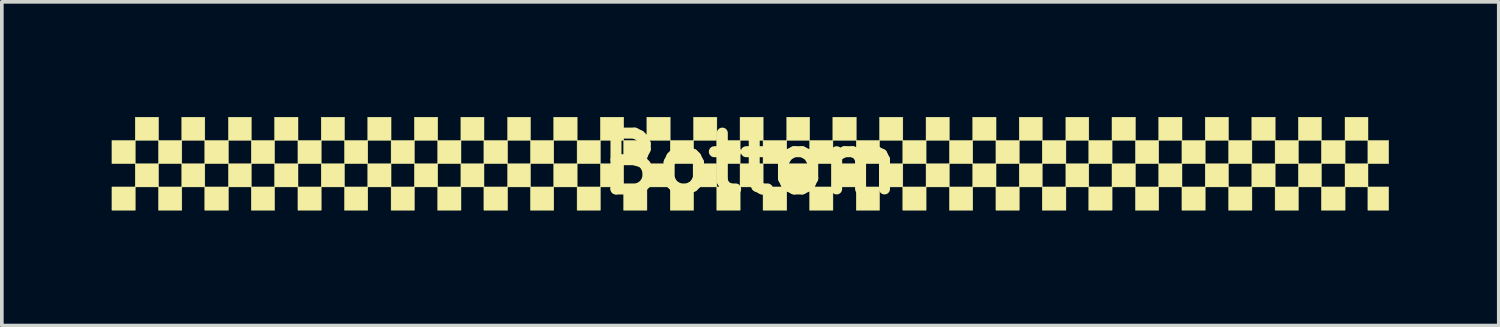
<source format=kicad_pcb>
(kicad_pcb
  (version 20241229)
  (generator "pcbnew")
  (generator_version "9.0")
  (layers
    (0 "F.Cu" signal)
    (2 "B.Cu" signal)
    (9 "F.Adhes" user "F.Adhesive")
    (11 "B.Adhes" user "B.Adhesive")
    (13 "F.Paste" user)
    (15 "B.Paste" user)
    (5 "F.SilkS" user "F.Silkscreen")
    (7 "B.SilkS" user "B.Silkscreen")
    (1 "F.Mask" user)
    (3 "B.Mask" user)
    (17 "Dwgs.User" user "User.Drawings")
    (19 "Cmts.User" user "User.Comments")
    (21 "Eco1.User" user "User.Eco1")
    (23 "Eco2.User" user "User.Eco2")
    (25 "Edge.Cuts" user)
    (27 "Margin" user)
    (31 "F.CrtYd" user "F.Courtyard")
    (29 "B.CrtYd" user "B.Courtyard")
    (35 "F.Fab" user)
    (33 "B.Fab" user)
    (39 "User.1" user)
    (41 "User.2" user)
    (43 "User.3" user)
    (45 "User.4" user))
  (footprint "Bottom"
    (layer "F.Cu")
    (at 17.429 1.418)
    (property "Reference" "Bottom" (at 0 0 0) (layer "F.SilkS") (effects (font (size 1.524 1.524) (thickness 0.3))))
    (attr through_hole)
    (fp_poly (pts (xy -16.15 -0.635) (xy -15.519 -0.635) (xy -15.515 -0.635) (xy -15.515 0) (xy -14.891 0) (xy -14.887 0) (xy -14.887 0.635) (xy -14.245 0.635) (xy -14.245 0) (xy -14.887 0) (xy -14.891 0) (xy -14.891 -0.635) (xy -15.515 -0.635) (xy -15.519 -0.635) (xy -15.519 -1.27) (xy -14.887 -1.27) (xy -14.887 -0.635) (xy -14.245 -0.635) (xy -14.242 -0.635) (xy -14.242 0) (xy -13.621 0) (xy -13.617 0) (xy -13.617 0.635) (xy -12.986 0.635) (xy -12.986 0) (xy -13.617 0) (xy -13.621 0) (xy -13.621 -0.635) (xy -14.242 -0.635) (xy -14.245 -0.635) (xy -14.245 -1.27) (xy -13.617 -1.27) (xy -13.617 -0.635) (xy -12.986 -0.635) (xy -12.982 -0.635) (xy -12.982 0) (xy -12.347 0) (xy -12.344 0) (xy -12.344 0.635) (xy -11.712 0.635) (xy -11.712 0) (xy -12.344 0) (xy -12.347 0) (xy -12.347 -0.635) (xy -12.982 -0.635) (xy -12.986 -0.635) (xy -12.986 -1.27) (xy -12.344 -1.27) (xy -12.344 -0.635) (xy -11.712 -0.635) (xy -11.709 -0.635) (xy -11.709 0) (xy -11.077 0) (xy -11.074 0) (xy -11.074 0.635) (xy -10.442 0.635) (xy -10.442 0) (xy -11.074 0) (xy -11.077 0) (xy -11.077 -0.635) (xy -11.709 -0.635) (xy -11.712 -0.635) (xy -11.712 -1.27) (xy -11.074 -1.27) (xy -11.074 -0.635) (xy -10.442 -0.635) (xy -10.439 -0.635) (xy -10.439 0) (xy -9.804 0) (xy -9.804 -0.635) (xy -10.439 -0.635) (xy -10.442 -0.635) (xy -10.442 -1.27) (xy -9.804 -1.27) (xy -9.804 -0.635) (xy -9.169 -0.635) (xy -9.165 -0.635) (xy -9.165 0) (xy -8.534 0) (xy -8.53 0) (xy -8.53 0.635) (xy -7.899 0.635) (xy -7.899 0) (xy -8.53 0) (xy -8.534 0) (xy -8.534 -0.635) (xy -9.165 -0.635) (xy -9.169 -0.635) (xy -9.169 -1.27) (xy -8.53 -1.27) (xy -8.53 -0.635) (xy -7.899 -0.635) (xy -7.895 -0.635) (xy -7.895 0) (xy -7.271 0) (xy -7.267 0) (xy -7.267 0.635) (xy -6.625 0.635) (xy -6.625 0) (xy -7.267 0) (xy -7.271 0) (xy -7.271 -0.635) (xy -7.895 -0.635) (xy -7.899 -0.635) (xy -7.899 -1.27) (xy -7.267 -1.27) (xy -7.267 -0.635) (xy -6.625 -0.635) (xy -6.622 -0.635) (xy -6.622 0) (xy -6.001 0) (xy -5.997 0) (xy -5.997 0.635) (xy -5.366 0.635) (xy -5.366 0) (xy -5.997 0) (xy -6.001 0) (xy -6.001 -0.635) (xy -6.622 -0.635) (xy -6.625 -0.635) (xy -6.625 -1.27) (xy -5.997 -1.27) (xy -5.997 -0.635) (xy -5.366 -0.635) (xy -5.362 -0.635) (xy -5.362 0) (xy -4.727 0) (xy -4.724 0) (xy -4.724 0.635) (xy -4.092 0.635) (xy -4.092 0) (xy -4.724 0) (xy -4.727 0) (xy -4.727 -0.635) (xy -5.362 -0.635) (xy -5.366 -0.635) (xy -5.366 -1.27) (xy -4.724 -1.27) (xy -4.724 -0.635) (xy -4.092 -0.635) (xy -4.089 -0.635) (xy -4.089 0) (xy -3.457 0) (xy -3.454 0) (xy -3.454 0.635) (xy -2.822 0.635) (xy -2.822 0) (xy -3.454 0) (xy -3.457 0) (xy -3.457 -0.635) (xy -4.089 -0.635) (xy -4.092 -0.635) (xy -4.092 -1.27) (xy -3.454 -1.27) (xy -3.454 -0.635) (xy -2.822 -0.635) (xy -2.819 -0.635) (xy -2.819 0) (xy -2.184 0) (xy -2.184 -0.635) (xy -2.819 -0.635) (xy -2.822 -0.635) (xy -2.822 -1.27) (xy -2.184 -1.27) (xy -2.184 -0.635) (xy -1.549 -0.635) (xy -1.545 -0.635) (xy -1.545 0) (xy -0.914 0) (xy -0.91 0) (xy -0.91 0.635) (xy -0.279 0.635) (xy -0.279 0) (xy -0.91 0) (xy -0.914 0) (xy -0.914 -0.635) (xy -1.545 -0.635) (xy -1.549 -0.635) (xy -1.549 -1.27) (xy -0.91 -1.27) (xy -0.91 -0.635) (xy -0.279 -0.635) (xy -0.275 -0.635) (xy -0.275 0) (xy 0.349 0) (xy 0.353 0) (xy 0.353 0.635) (xy 0.995 0.635) (xy 0.995 0) (xy 0.353 0) (xy 0.349 0) (xy 0.349 -0.635) (xy -0.275 -0.635) (xy -0.279 -0.635) (xy -0.279 -1.27) (xy 0.353 -1.27) (xy 0.353 -0.635) (xy 0.995 -0.635) (xy 0.998 -0.635) (xy 0.998 0) (xy 1.619 0) (xy 1.623 0) (xy 1.623 0.635) (xy 2.254 0.635) (xy 2.254 0) (xy 1.623 0) (xy 1.619 0) (xy 1.619 -0.635) (xy 0.998 -0.635) (xy 0.995 -0.635) (xy 0.995 -1.27) (xy 1.623 -1.27) (xy 1.623 -0.635) (xy 2.254 -0.635) (xy 2.258 -0.635) (xy 2.258 0) (xy 2.893 0) (xy 2.896 0) (xy 2.896 0.635) (xy 3.528 0.635) (xy 3.528 0) (xy 2.896 0) (xy 2.893 0) (xy 2.893 -0.635) (xy 2.258 -0.635) (xy 2.254 -0.635) (xy 2.254 -1.27) (xy 2.896 -1.27) (xy 2.896 -0.635) (xy 3.528 -0.635) (xy 3.531 -0.635) (xy 3.531 0) (xy 4.163 0) (xy 4.166 0) (xy 4.166 0.635) (xy 4.798 0.635) (xy 4.798 0) (xy 4.166 0) (xy 4.163 0) (xy 4.163 -0.635) (xy 3.531 -0.635) (xy 3.528 -0.635) (xy 3.528 -1.27) (xy 4.166 -1.27) (xy 4.166 -0.635) (xy 4.798 -0.635) (xy 4.801 -0.635) (xy 4.801 0) (xy 5.436 0) (xy 5.436 -0.635) (xy 4.801 -0.635) (xy 4.798 -0.635) (xy 4.798 -1.27) (xy 5.436 -1.27) (xy 5.436 -0.635) (xy 6.071 -0.635) (xy 6.075 -0.635) (xy 6.075 0) (xy 6.706 0) (xy 6.71 0) (xy 6.71 0.635) (xy 7.341 0.635) (xy 7.341 0) (xy 6.71 0) (xy 6.706 0) (xy 6.706 -0.635) (xy 6.075 -0.635) (xy 6.071 -0.635) (xy 6.071 -1.27) (xy 6.71 -1.27) (xy 6.71 -0.635) (xy 7.341 -0.635) (xy 7.345 -0.635) (xy 7.345 0) (xy 7.969 0) (xy 7.973 0) (xy 7.973 0.635) (xy 8.615 0.635) (xy 8.615 0) (xy 7.973 0) (xy 7.969 0) (xy 7.969 -0.635) (xy 7.345 -0.635) (xy 7.341 -0.635) (xy 7.341 -1.27) (xy 7.973 -1.27) (xy 7.973 -0.635) (xy 8.615 -0.635) (xy 8.618 -0.635) (xy 8.618 0) (xy 9.239 0) (xy 9.243 0) (xy 9.243 0.635) (xy 9.874 0.635) (xy 9.874 0) (xy 9.243 0) (xy 9.239 0) (xy 9.239 -0.635) (xy 8.618 -0.635) (xy 8.615 -0.635) (xy 8.615 -1.27) (xy 9.243 -1.27) (xy 9.243 -0.635) (xy 9.874 -0.635) (xy 9.878 -0.635) (xy 9.878 0) (xy 10.513 0) (xy 10.516 0) (xy 10.516 0.635) (xy 11.148 0.635) (xy 11.148 0) (xy 10.516 0) (xy 10.513 0) (xy 10.513 -0.635) (xy 9.878 -0.635) (xy 9.874 -0.635) (xy 9.874 -1.27) (xy 10.516 -1.27) (xy 10.516 -0.635) (xy 11.148 -0.635) (xy 11.151 -0.635) (xy 11.151 0) (xy 11.783 0) (xy 11.786 0) (xy 11.786 0.635) (xy 12.418 0.635) (xy 12.418 0) (xy 11.786 0) (xy 11.783 0) (xy 11.783 -0.635) (xy 11.151 -0.635) (xy 11.148 -0.635) (xy 11.148 -1.27) (xy 11.786 -1.27) (xy 11.786 -0.635) (xy 12.418 -0.635) (xy 12.421 -0.635) (xy 12.421 0) (xy 13.056 0) (xy 13.056 -0.635) (xy 12.421 -0.635) (xy 12.418 -0.635) (xy 12.418 -1.27) (xy 13.056 -1.27) (xy 13.056 -0.635) (xy 13.691 -0.635) (xy 13.695 -0.635) (xy 13.695 0) (xy 14.326 0) (xy 14.33 0) (xy 14.33 0.635) (xy 14.961 0.635) (xy 14.961 0) (xy 14.33 0) (xy 14.326 0) (xy 14.326 -0.635) (xy 13.695 -0.635) (xy 13.691 -0.635) (xy 13.691 -1.27) (xy 14.33 -1.27) (xy 14.33 -0.635) (xy 14.961 -0.635) (xy 14.965 -0.635) (xy 14.965 0) (xy 15.589 0) (xy 15.593 0) (xy 15.593 0.635) (xy 16.235 0.635) (xy 16.235 0) (xy 15.593 0) (xy 15.589 0) (xy 15.589 -0.635) (xy 14.965 -0.635) (xy 14.961 -0.635) (xy 14.961 -1.27) (xy 15.593 -1.27) (xy 15.593 -0.635) (xy 16.235 -0.635) (xy 16.238 -0.635) (xy 16.238 0) (xy 16.859 0) (xy 16.859 -0.635) (xy 16.238 -0.635) (xy 16.235 -0.635) (xy 16.235 -1.27) (xy 16.863 -1.27) (xy 16.863 -0.635) (xy 17.427 -0.635) (xy 17.427 0) (xy 16.863 0) (xy 16.863 0.635) (xy 17.427 0.635) (xy 17.427 1.27) (xy 16.859 1.27) (xy 16.859 0.635) (xy 16.238 0.635) (xy 16.238 1.27) (xy 15.589 1.27) (xy 15.589 0.635) (xy 14.965 0.635) (xy 14.965 1.27) (xy 14.326 1.27) (xy 14.326 0.635) (xy 13.695 0.635) (xy 13.695 1.27) (xy 13.056 1.27) (xy 13.056 0.635) (xy 13.691 0.635) (xy 13.691 0) (xy 13.056 0) (xy 13.056 0.635) (xy 12.421 0.635) (xy 12.421 1.27) (xy 11.783 1.27) (xy 11.783 0.635) (xy 11.151 0.635) (xy 11.151 1.27) (xy 10.513 1.27) (xy 10.513 0.635) (xy 9.878 0.635) (xy 9.878 1.27) (xy 9.239 1.27) (xy 9.239 0.635) (xy 8.618 0.635) (xy 8.618 1.27) (xy 7.969 1.27) (xy 7.969 0.635) (xy 7.345 0.635) (xy 7.345 1.27) (xy 6.706 1.27) (xy 6.706 0.635) (xy 6.075 0.635) (xy 6.075 1.27) (xy 5.436 1.27) (xy 5.436 0.635) (xy 6.071 0.635) (xy 6.071 0) (xy 5.436 0) (xy 5.436 0.635) (xy 4.801 0.635) (xy 4.801 1.27) (xy 4.163 1.27) (xy 4.163 0.635) (xy 3.531 0.635) (xy 3.531 1.27) (xy 2.893 1.27) (xy 2.893 0.635) (xy 2.258 0.635) (xy 2.258 1.27) (xy 1.619 1.27) (xy 1.619 0.635) (xy 0.998 0.635) (xy 0.998 1.27) (xy 0.349 1.27) (xy 0.349 0.635) (xy -0.275 0.635) (xy -0.275 1.27) (xy -0.914 1.27) (xy -0.914 0.635) (xy -1.545 0.635) (xy -1.545 1.27) (xy -2.184 1.27) (xy -2.184 0.635) (xy -1.549 0.635) (xy -1.549 0) (xy -2.184 0) (xy -2.184 0.635) (xy -2.819 0.635) (xy -2.819 1.27) (xy -3.457 1.27) (xy -3.457 0.635) (xy -4.089 0.635) (xy -4.089 1.27) (xy -4.727 1.27) (xy -4.727 0.635) (xy -5.362 0.635) (xy -5.362 1.27) (xy -6.001 1.27) (xy -6.001 0.635) (xy -6.622 0.635) (xy -6.622 1.27) (xy -7.271 1.27) (xy -7.271 0.635) (xy -7.895 0.635) (xy -7.895 1.27) (xy -8.534 1.27) (xy -8.534 0.635) (xy -9.165 0.635) (xy -9.165 1.27) (xy -9.804 1.27) (xy -9.804 0.635) (xy -9.169 0.635) (xy -9.169 0) (xy -9.804 0) (xy -9.804 0.635) (xy -10.439 0.635) (xy -10.439 1.27) (xy -11.077 1.27) (xy -11.077 0.635) (xy -11.709 0.635) (xy -11.709 1.27) (xy -12.347 1.27) (xy -12.347 0.635) (xy -12.982 0.635) (xy -12.982 1.27) (xy -13.621 1.27) (xy -13.621 0.635) (xy -14.242 0.635) (xy -14.242 1.27) (xy -14.891 1.27) (xy -14.891 0.635) (xy -15.515 0.635) (xy -15.515 1.27) (xy -16.154 1.27) (xy -16.154 0.635) (xy -16.785 0.635) (xy -16.785 1.27) (xy -17.424 1.27) (xy -17.424 0.635) (xy -16.789 0.635) (xy -16.789 0) (xy -17.424 0) (xy -17.424 -0.635) (xy -16.789 -0.635) (xy -16.785 -0.635) (xy -16.785 0) (xy -16.154 0) (xy -16.15 0) (xy -16.15 0.635) (xy -15.519 0.635) (xy -15.519 0) (xy -16.15 0) (xy -16.154 0) (xy -16.154 -0.635) (xy -16.785 -0.635) (xy -16.789 -0.635) (xy -16.789 -1.27) (xy -16.15 -1.27) (xy -16.15 -0.635)) (stroke (width 0.01) (type solid)) (fill yes) (layer "F.SilkS")))
  (gr_rect
    (start -3 -3)
    (end 37.861 5.836)
    (stroke (width 0.1) (type default))
    (fill no)
    (layer "Edge.Cuts")))
</source>
